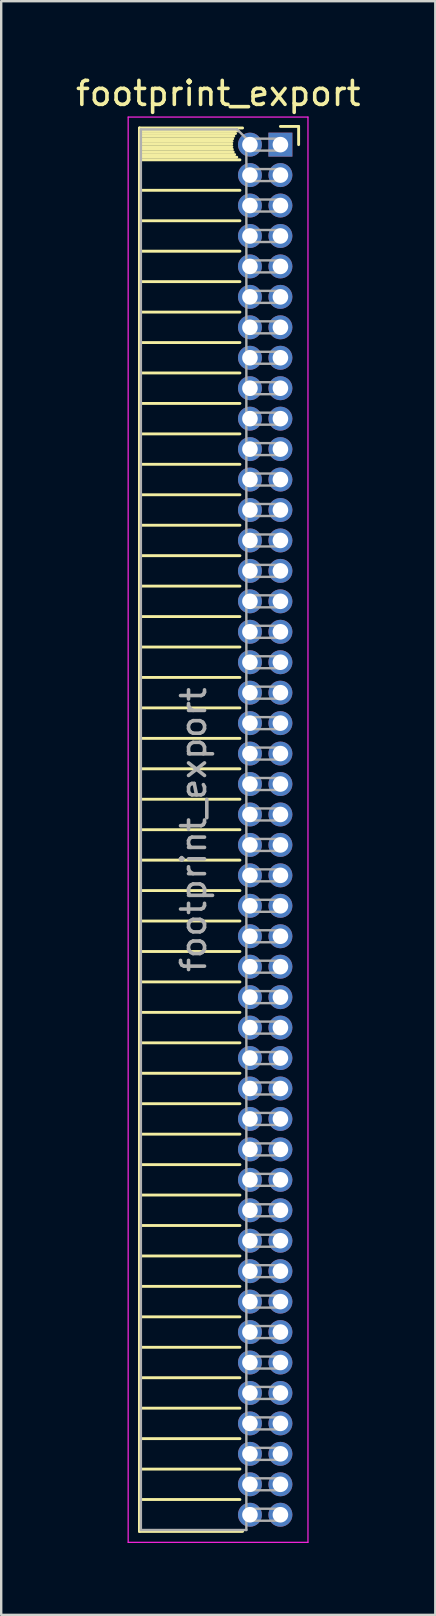
<source format=kicad_pcb>
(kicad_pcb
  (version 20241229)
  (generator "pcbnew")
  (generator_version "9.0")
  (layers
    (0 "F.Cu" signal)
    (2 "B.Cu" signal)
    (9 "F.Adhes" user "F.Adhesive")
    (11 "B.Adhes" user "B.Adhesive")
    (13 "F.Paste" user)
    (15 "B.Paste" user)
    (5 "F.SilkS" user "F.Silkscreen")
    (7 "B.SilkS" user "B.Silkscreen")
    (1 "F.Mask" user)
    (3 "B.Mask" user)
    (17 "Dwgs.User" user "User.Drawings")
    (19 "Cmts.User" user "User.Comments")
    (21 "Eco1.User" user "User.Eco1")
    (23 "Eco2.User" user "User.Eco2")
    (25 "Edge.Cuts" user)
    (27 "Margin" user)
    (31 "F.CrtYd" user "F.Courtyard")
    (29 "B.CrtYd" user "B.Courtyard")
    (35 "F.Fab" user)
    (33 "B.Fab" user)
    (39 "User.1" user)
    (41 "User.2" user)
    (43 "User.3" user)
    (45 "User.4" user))
  (footprint "footprint_export"
    (layer "F.Cu")
    (at 8.646 2.983)
    (property "Reference" "footprint_export" (at -2.592 -2.135 0) (layer "F.SilkS") (effects (font (size 1 1) (thickness 0.15))))
    (attr through_hole)
    (fp_line (start -5.88 -0.695) (end -5.88 57.845) (stroke (width 0.12) (type solid)) (layer "F.SilkS"))
    (fp_line (start -5.88 -0.695) (end -1.578 -0.695) (stroke (width 0.12) (type solid)) (layer "F.SilkS"))
    (fp_line (start -5.88 -0.575) (end -1.767 -0.575) (stroke (width 0.12) (type solid)) (layer "F.SilkS"))
    (fp_line (start -5.88 -0.465) (end -1.871 -0.465) (stroke (width 0.12) (type solid)) (layer "F.SilkS"))
    (fp_line (start -5.88 -0.355) (end -1.942 -0.355) (stroke (width 0.12) (type solid)) (layer "F.SilkS"))
    (fp_line (start -5.88 -0.245) (end -1.989 -0.245) (stroke (width 0.12) (type solid)) (layer "F.SilkS"))
    (fp_line (start -5.88 -0.135) (end -2.018 -0.135) (stroke (width 0.12) (type solid)) (layer "F.SilkS"))
    (fp_line (start -5.88 -0.025) (end -2.03 -0.025) (stroke (width 0.12) (type solid)) (layer "F.SilkS"))
    (fp_line (start -5.88 0.085) (end -2.025 0.085) (stroke (width 0.12) (type solid)) (layer "F.SilkS"))
    (fp_line (start -5.88 0.195) (end -2.005 0.195) (stroke (width 0.12) (type solid)) (layer "F.SilkS"))
    (fp_line (start -5.88 0.305) (end -1.966 0.305) (stroke (width 0.12) (type solid)) (layer "F.SilkS"))
    (fp_line (start -5.88 0.415) (end -1.907 0.415) (stroke (width 0.12) (type solid)) (layer "F.SilkS"))
    (fp_line (start -5.88 0.525) (end -1.82 0.525) (stroke (width 0.12) (type solid)) (layer "F.SilkS"))
    (fp_line (start -5.88 0.635) (end -1.688 0.635) (stroke (width 0.12) (type solid)) (layer "F.SilkS"))
    (fp_line (start -5.88 1.905) (end -1.688 1.905) (stroke (width 0.12) (type solid)) (layer "F.SilkS"))
    (fp_line (start -5.88 3.175) (end -1.688 3.175) (stroke (width 0.12) (type solid)) (layer "F.SilkS"))
    (fp_line (start -5.88 4.445) (end -1.688 4.445) (stroke (width 0.12) (type solid)) (layer "F.SilkS"))
    (fp_line (start -5.88 5.715) (end -1.688 5.715) (stroke (width 0.12) (type solid)) (layer "F.SilkS"))
    (fp_line (start -5.88 6.985) (end -1.688 6.985) (stroke (width 0.12) (type solid)) (layer "F.SilkS"))
    (fp_line (start -5.88 8.255) (end -1.688 8.255) (stroke (width 0.12) (type solid)) (layer "F.SilkS"))
    (fp_line (start -5.88 9.525) (end -1.688 9.525) (stroke (width 0.12) (type solid)) (layer "F.SilkS"))
    (fp_line (start -5.88 10.795) (end -1.688 10.795) (stroke (width 0.12) (type solid)) (layer "F.SilkS"))
    (fp_line (start -5.88 12.065) (end -1.688 12.065) (stroke (width 0.12) (type solid)) (layer "F.SilkS"))
    (fp_line (start -5.88 13.335) (end -1.688 13.335) (stroke (width 0.12) (type solid)) (layer "F.SilkS"))
    (fp_line (start -5.88 14.605) (end -1.688 14.605) (stroke (width 0.12) (type solid)) (layer "F.SilkS"))
    (fp_line (start -5.88 15.875) (end -1.688 15.875) (stroke (width 0.12) (type solid)) (layer "F.SilkS"))
    (fp_line (start -5.88 17.145) (end -1.688 17.145) (stroke (width 0.12) (type solid)) (layer "F.SilkS"))
    (fp_line (start -5.88 18.415) (end -1.688 18.415) (stroke (width 0.12) (type solid)) (layer "F.SilkS"))
    (fp_line (start -5.88 19.685) (end -1.688 19.685) (stroke (width 0.12) (type solid)) (layer "F.SilkS"))
    (fp_line (start -5.88 20.955) (end -1.688 20.955) (stroke (width 0.12) (type solid)) (layer "F.SilkS"))
    (fp_line (start -5.88 22.225) (end -1.688 22.225) (stroke (width 0.12) (type solid)) (layer "F.SilkS"))
    (fp_line (start -5.88 23.495) (end -1.688 23.495) (stroke (width 0.12) (type solid)) (layer "F.SilkS"))
    (fp_line (start -5.88 24.765) (end -1.688 24.765) (stroke (width 0.12) (type solid)) (layer "F.SilkS"))
    (fp_line (start -5.88 26.035) (end -1.688 26.035) (stroke (width 0.12) (type solid)) (layer "F.SilkS"))
    (fp_line (start -5.88 27.305) (end -1.688 27.305) (stroke (width 0.12) (type solid)) (layer "F.SilkS"))
    (fp_line (start -5.88 28.575) (end -1.688 28.575) (stroke (width 0.12) (type solid)) (layer "F.SilkS"))
    (fp_line (start -5.88 29.845) (end -1.688 29.845) (stroke (width 0.12) (type solid)) (layer "F.SilkS"))
    (fp_line (start -5.88 31.115) (end -1.688 31.115) (stroke (width 0.12) (type solid)) (layer "F.SilkS"))
    (fp_line (start -5.88 32.385) (end -1.688 32.385) (stroke (width 0.12) (type solid)) (layer "F.SilkS"))
    (fp_line (start -5.88 33.655) (end -1.688 33.655) (stroke (width 0.12) (type solid)) (layer "F.SilkS"))
    (fp_line (start -5.88 34.925) (end -1.688 34.925) (stroke (width 0.12) (type solid)) (layer "F.SilkS"))
    (fp_line (start -5.88 36.195) (end -1.688 36.195) (stroke (width 0.12) (type solid)) (layer "F.SilkS"))
    (fp_line (start -5.88 37.465) (end -1.688 37.465) (stroke (width 0.12) (type solid)) (layer "F.SilkS"))
    (fp_line (start -5.88 38.735) (end -1.688 38.735) (stroke (width 0.12) (type solid)) (layer "F.SilkS"))
    (fp_line (start -5.88 40.005) (end -1.688 40.005) (stroke (width 0.12) (type solid)) (layer "F.SilkS"))
    (fp_line (start -5.88 41.275) (end -1.688 41.275) (stroke (width 0.12) (type solid)) (layer "F.SilkS"))
    (fp_line (start -5.88 42.545) (end -1.688 42.545) (stroke (width 0.12) (type solid)) (layer "F.SilkS"))
    (fp_line (start -5.88 43.815) (end -1.688 43.815) (stroke (width 0.12) (type solid)) (layer "F.SilkS"))
    (fp_line (start -5.88 45.085) (end -1.688 45.085) (stroke (width 0.12) (type solid)) (layer "F.SilkS"))
    (fp_line (start -5.88 46.355) (end -1.688 46.355) (stroke (width 0.12) (type solid)) (layer "F.SilkS"))
    (fp_line (start -5.88 47.625) (end -1.688 47.625) (stroke (width 0.12) (type solid)) (layer "F.SilkS"))
    (fp_line (start -5.88 48.895) (end -1.688 48.895) (stroke (width 0.12) (type solid)) (layer "F.SilkS"))
    (fp_line (start -5.88 50.165) (end -1.688 50.165) (stroke (width 0.12) (type solid)) (layer "F.SilkS"))
    (fp_line (start -5.88 51.435) (end -1.688 51.435) (stroke (width 0.12) (type solid)) (layer "F.SilkS"))
    (fp_line (start -5.88 52.705) (end -1.688 52.705) (stroke (width 0.12) (type solid)) (layer "F.SilkS"))
    (fp_line (start -5.88 53.975) (end -1.688 53.975) (stroke (width 0.12) (type solid)) (layer "F.SilkS"))
    (fp_line (start -5.88 55.245) (end -1.688 55.245) (stroke (width 0.12) (type solid)) (layer "F.SilkS"))
    (fp_line (start -5.88 56.515) (end -1.688 56.515) (stroke (width 0.12) (type solid)) (layer "F.SilkS"))
    (fp_line (start -5.88 57.845) (end -1.578 57.845) (stroke (width 0.12) (type solid)) (layer "F.SilkS"))
    (fp_line (start 0 -0.76) (end 0.76 -0.76) (stroke (width 0.12) (type solid)) (layer "F.SilkS"))
    (fp_line (start 0.76 -0.76) (end 0.76 0) (stroke (width 0.12) (type solid)) (layer "F.SilkS"))
    (fp_line (start -6.35 -1.15) (end -6.35 58.3) (stroke (width 0.05) (type solid)) (layer "F.CrtYd"))
    (fp_line (start -6.35 58.3) (end 1.15 58.3) (stroke (width 0.05) (type solid)) (layer "F.CrtYd"))
    (fp_line (start 1.15 -1.15) (end -6.35 -1.15) (stroke (width 0.05) (type solid)) (layer "F.CrtYd"))
    (fp_line (start 1.15 58.3) (end 1.15 -1.15) (stroke (width 0.05) (type solid)) (layer "F.CrtYd"))
    (fp_line (start -5.82 -0.635) (end -1.805 -0.635) (stroke (width 0.1) (type solid)) (layer "F.Fab"))
    (fp_line (start -5.82 57.785) (end -5.82 -0.635) (stroke (width 0.1) (type solid)) (layer "F.Fab"))
    (fp_line (start -1.805 -0.635) (end -1.42 -0.25) (stroke (width 0.1) (type solid)) (layer "F.Fab"))
    (fp_line (start -1.42 -0.25) (end -1.42 57.785) (stroke (width 0.1) (type solid)) (layer "F.Fab"))
    (fp_line (start -1.42 0.25) (end 0 0.25) (stroke (width 0.1) (type solid)) (layer "F.Fab"))
    (fp_line (start -1.42 1.52) (end 0 1.52) (stroke (width 0.1) (type solid)) (layer "F.Fab"))
    (fp_line (start -1.42 2.79) (end 0 2.79) (stroke (width 0.1) (type solid)) (layer "F.Fab"))
    (fp_line (start -1.42 4.06) (end 0 4.06) (stroke (width 0.1) (type solid)) (layer "F.Fab"))
    (fp_line (start -1.42 5.33) (end 0 5.33) (stroke (width 0.1) (type solid)) (layer "F.Fab"))
    (fp_line (start -1.42 6.6) (end 0 6.6) (stroke (width 0.1) (type solid)) (layer "F.Fab"))
    (fp_line (start -1.42 7.87) (end 0 7.87) (stroke (width 0.1) (type solid)) (layer "F.Fab"))
    (fp_line (start -1.42 9.14) (end 0 9.14) (stroke (width 0.1) (type solid)) (layer "F.Fab"))
    (fp_line (start -1.42 10.41) (end 0 10.41) (stroke (width 0.1) (type solid)) (layer "F.Fab"))
    (fp_line (start -1.42 11.68) (end 0 11.68) (stroke (width 0.1) (type solid)) (layer "F.Fab"))
    (fp_line (start -1.42 12.95) (end 0 12.95) (stroke (width 0.1) (type solid)) (layer "F.Fab"))
    (fp_line (start -1.42 14.22) (end 0 14.22) (stroke (width 0.1) (type solid)) (layer "F.Fab"))
    (fp_line (start -1.42 15.49) (end 0 15.49) (stroke (width 0.1) (type solid)) (layer "F.Fab"))
    (fp_line (start -1.42 16.76) (end 0 16.76) (stroke (width 0.1) (type solid)) (layer "F.Fab"))
    (fp_line (start -1.42 18.03) (end 0 18.03) (stroke (width 0.1) (type solid)) (layer "F.Fab"))
    (fp_line (start -1.42 19.3) (end 0 19.3) (stroke (width 0.1) (type solid)) (layer "F.Fab"))
    (fp_line (start -1.42 20.57) (end 0 20.57) (stroke (width 0.1) (type solid)) (layer "F.Fab"))
    (fp_line (start -1.42 21.84) (end 0 21.84) (stroke (width 0.1) (type solid)) (layer "F.Fab"))
    (fp_line (start -1.42 23.11) (end 0 23.11) (stroke (width 0.1) (type solid)) (layer "F.Fab"))
    (fp_line (start -1.42 24.38) (end 0 24.38) (stroke (width 0.1) (type solid)) (layer "F.Fab"))
    (fp_line (start -1.42 25.65) (end 0 25.65) (stroke (width 0.1) (type solid)) (layer "F.Fab"))
    (fp_line (start -1.42 26.92) (end 0 26.92) (stroke (width 0.1) (type solid)) (layer "F.Fab"))
    (fp_line (start -1.42 28.19) (end 0 28.19) (stroke (width 0.1) (type solid)) (layer "F.Fab"))
    (fp_line (start -1.42 29.46) (end 0 29.46) (stroke (width 0.1) (type solid)) (layer "F.Fab"))
    (fp_line (start -1.42 30.73) (end 0 30.73) (stroke (width 0.1) (type solid)) (layer "F.Fab"))
    (fp_line (start -1.42 32) (end 0 32) (stroke (width 0.1) (type solid)) (layer "F.Fab"))
    (fp_line (start -1.42 33.27) (end 0 33.27) (stroke (width 0.1) (type solid)) (layer "F.Fab"))
    (fp_line (start -1.42 34.54) (end 0 34.54) (stroke (width 0.1) (type solid)) (layer "F.Fab"))
    (fp_line (start -1.42 35.81) (end 0 35.81) (stroke (width 0.1) (type solid)) (layer "F.Fab"))
    (fp_line (start -1.42 37.08) (end 0 37.08) (stroke (width 0.1) (type solid)) (layer "F.Fab"))
    (fp_line (start -1.42 38.35) (end 0 38.35) (stroke (width 0.1) (type solid)) (layer "F.Fab"))
    (fp_line (start -1.42 39.62) (end 0 39.62) (stroke (width 0.1) (type solid)) (layer "F.Fab"))
    (fp_line (start -1.42 40.89) (end 0 40.89) (stroke (width 0.1) (type solid)) (layer "F.Fab"))
    (fp_line (start -1.42 42.16) (end 0 42.16) (stroke (width 0.1) (type solid)) (layer "F.Fab"))
    (fp_line (start -1.42 43.43) (end 0 43.43) (stroke (width 0.1) (type solid)) (layer "F.Fab"))
    (fp_line (start -1.42 44.7) (end 0 44.7) (stroke (width 0.1) (type solid)) (layer "F.Fab"))
    (fp_line (start -1.42 45.97) (end 0 45.97) (stroke (width 0.1) (type solid)) (layer "F.Fab"))
    (fp_line (start -1.42 47.24) (end 0 47.24) (stroke (width 0.1) (type solid)) (layer "F.Fab"))
    (fp_line (start -1.42 48.51) (end 0 48.51) (stroke (width 0.1) (type solid)) (layer "F.Fab"))
    (fp_line (start -1.42 49.78) (end 0 49.78) (stroke (width 0.1) (type solid)) (layer "F.Fab"))
    (fp_line (start -1.42 51.05) (end 0 51.05) (stroke (width 0.1) (type solid)) (layer "F.Fab"))
    (fp_line (start -1.42 52.32) (end 0 52.32) (stroke (width 0.1) (type solid)) (layer "F.Fab"))
    (fp_line (start -1.42 53.59) (end 0 53.59) (stroke (width 0.1) (type solid)) (layer "F.Fab"))
    (fp_line (start -1.42 54.86) (end 0 54.86) (stroke (width 0.1) (type solid)) (layer "F.Fab"))
    (fp_line (start -1.42 56.13) (end 0 56.13) (stroke (width 0.1) (type solid)) (layer "F.Fab"))
    (fp_line (start -1.42 57.4) (end 0 57.4) (stroke (width 0.1) (type solid)) (layer "F.Fab"))
    (fp_line (start -1.42 57.785) (end -5.82 57.785) (stroke (width 0.1) (type solid)) (layer "F.Fab"))
    (fp_line (start 0 -0.25) (end -1.42 -0.25) (stroke (width 0.1) (type solid)) (layer "F.Fab"))
    (fp_line (start 0 0.25) (end 0 -0.25) (stroke (width 0.1) (type solid)) (layer "F.Fab"))
    (fp_line (start 0 1.02) (end -1.42 1.02) (stroke (width 0.1) (type solid)) (layer "F.Fab"))
    (fp_line (start 0 1.52) (end 0 1.02) (stroke (width 0.1) (type solid)) (layer "F.Fab"))
    (fp_line (start 0 2.29) (end -1.42 2.29) (stroke (width 0.1) (type solid)) (layer "F.Fab"))
    (fp_line (start 0 2.79) (end 0 2.29) (stroke (width 0.1) (type solid)) (layer "F.Fab"))
    (fp_line (start 0 3.56) (end -1.42 3.56) (stroke (width 0.1) (type solid)) (layer "F.Fab"))
    (fp_line (start 0 4.06) (end 0 3.56) (stroke (width 0.1) (type solid)) (layer "F.Fab"))
    (fp_line (start 0 4.83) (end -1.42 4.83) (stroke (width 0.1) (type solid)) (layer "F.Fab"))
    (fp_line (start 0 5.33) (end 0 4.83) (stroke (width 0.1) (type solid)) (layer "F.Fab"))
    (fp_line (start 0 6.1) (end -1.42 6.1) (stroke (width 0.1) (type solid)) (layer "F.Fab"))
    (fp_line (start 0 6.6) (end 0 6.1) (stroke (width 0.1) (type solid)) (layer "F.Fab"))
    (fp_line (start 0 7.37) (end -1.42 7.37) (stroke (width 0.1) (type solid)) (layer "F.Fab"))
    (fp_line (start 0 7.87) (end 0 7.37) (stroke (width 0.1) (type solid)) (layer "F.Fab"))
    (fp_line (start 0 8.64) (end -1.42 8.64) (stroke (width 0.1) (type solid)) (layer "F.Fab"))
    (fp_line (start 0 9.14) (end 0 8.64) (stroke (width 0.1) (type solid)) (layer "F.Fab"))
    (fp_line (start 0 9.91) (end -1.42 9.91) (stroke (width 0.1) (type solid)) (layer "F.Fab"))
    (fp_line (start 0 10.41) (end 0 9.91) (stroke (width 0.1) (type solid)) (layer "F.Fab"))
    (fp_line (start 0 11.18) (end -1.42 11.18) (stroke (width 0.1) (type solid)) (layer "F.Fab"))
    (fp_line (start 0 11.68) (end 0 11.18) (stroke (width 0.1) (type solid)) (layer "F.Fab"))
    (fp_line (start 0 12.45) (end -1.42 12.45) (stroke (width 0.1) (type solid)) (layer "F.Fab"))
    (fp_line (start 0 12.95) (end 0 12.45) (stroke (width 0.1) (type solid)) (layer "F.Fab"))
    (fp_line (start 0 13.72) (end -1.42 13.72) (stroke (width 0.1) (type solid)) (layer "F.Fab"))
    (fp_line (start 0 14.22) (end 0 13.72) (stroke (width 0.1) (type solid)) (layer "F.Fab"))
    (fp_line (start 0 14.99) (end -1.42 14.99) (stroke (width 0.1) (type solid)) (layer "F.Fab"))
    (fp_line (start 0 15.49) (end 0 14.99) (stroke (width 0.1) (type solid)) (layer "F.Fab"))
    (fp_line (start 0 16.26) (end -1.42 16.26) (stroke (width 0.1) (type solid)) (layer "F.Fab"))
    (fp_line (start 0 16.76) (end 0 16.26) (stroke (width 0.1) (type solid)) (layer "F.Fab"))
    (fp_line (start 0 17.53) (end -1.42 17.53) (stroke (width 0.1) (type solid)) (layer "F.Fab"))
    (fp_line (start 0 18.03) (end 0 17.53) (stroke (width 0.1) (type solid)) (layer "F.Fab"))
    (fp_line (start 0 18.8) (end -1.42 18.8) (stroke (width 0.1) (type solid)) (layer "F.Fab"))
    (fp_line (start 0 19.3) (end 0 18.8) (stroke (width 0.1) (type solid)) (layer "F.Fab"))
    (fp_line (start 0 20.07) (end -1.42 20.07) (stroke (width 0.1) (type solid)) (layer "F.Fab"))
    (fp_line (start 0 20.57) (end 0 20.07) (stroke (width 0.1) (type solid)) (layer "F.Fab"))
    (fp_line (start 0 21.34) (end -1.42 21.34) (stroke (width 0.1) (type solid)) (layer "F.Fab"))
    (fp_line (start 0 21.84) (end 0 21.34) (stroke (width 0.1) (type solid)) (layer "F.Fab"))
    (fp_line (start 0 22.61) (end -1.42 22.61) (stroke (width 0.1) (type solid)) (layer "F.Fab"))
    (fp_line (start 0 23.11) (end 0 22.61) (stroke (width 0.1) (type solid)) (layer "F.Fab"))
    (fp_line (start 0 23.88) (end -1.42 23.88) (stroke (width 0.1) (type solid)) (layer "F.Fab"))
    (fp_line (start 0 24.38) (end 0 23.88) (stroke (width 0.1) (type solid)) (layer "F.Fab"))
    (fp_line (start 0 25.15) (end -1.42 25.15) (stroke (width 0.1) (type solid)) (layer "F.Fab"))
    (fp_line (start 0 25.65) (end 0 25.15) (stroke (width 0.1) (type solid)) (layer "F.Fab"))
    (fp_line (start 0 26.42) (end -1.42 26.42) (stroke (width 0.1) (type solid)) (layer "F.Fab"))
    (fp_line (start 0 26.92) (end 0 26.42) (stroke (width 0.1) (type solid)) (layer "F.Fab"))
    (fp_line (start 0 27.69) (end -1.42 27.69) (stroke (width 0.1) (type solid)) (layer "F.Fab"))
    (fp_line (start 0 28.19) (end 0 27.69) (stroke (width 0.1) (type solid)) (layer "F.Fab"))
    (fp_line (start 0 28.96) (end -1.42 28.96) (stroke (width 0.1) (type solid)) (layer "F.Fab"))
    (fp_line (start 0 29.46) (end 0 28.96) (stroke (width 0.1) (type solid)) (layer "F.Fab"))
    (fp_line (start 0 30.23) (end -1.42 30.23) (stroke (width 0.1) (type solid)) (layer "F.Fab"))
    (fp_line (start 0 30.73) (end 0 30.23) (stroke (width 0.1) (type solid)) (layer "F.Fab"))
    (fp_line (start 0 31.5) (end -1.42 31.5) (stroke (width 0.1) (type solid)) (layer "F.Fab"))
    (fp_line (start 0 32) (end 0 31.5) (stroke (width 0.1) (type solid)) (layer "F.Fab"))
    (fp_line (start 0 32.77) (end -1.42 32.77) (stroke (width 0.1) (type solid)) (layer "F.Fab"))
    (fp_line (start 0 33.27) (end 0 32.77) (stroke (width 0.1) (type solid)) (layer "F.Fab"))
    (fp_line (start 0 34.04) (end -1.42 34.04) (stroke (width 0.1) (type solid)) (layer "F.Fab"))
    (fp_line (start 0 34.54) (end 0 34.04) (stroke (width 0.1) (type solid)) (layer "F.Fab"))
    (fp_line (start 0 35.31) (end -1.42 35.31) (stroke (width 0.1) (type solid)) (layer "F.Fab"))
    (fp_line (start 0 35.81) (end 0 35.31) (stroke (width 0.1) (type solid)) (layer "F.Fab"))
    (fp_line (start 0 36.58) (end -1.42 36.58) (stroke (width 0.1) (type solid)) (layer "F.Fab"))
    (fp_line (start 0 37.08) (end 0 36.58) (stroke (width 0.1) (type solid)) (layer "F.Fab"))
    (fp_line (start 0 37.85) (end -1.42 37.85) (stroke (width 0.1) (type solid)) (layer "F.Fab"))
    (fp_line (start 0 38.35) (end 0 37.85) (stroke (width 0.1) (type solid)) (layer "F.Fab"))
    (fp_line (start 0 39.12) (end -1.42 39.12) (stroke (width 0.1) (type solid)) (layer "F.Fab"))
    (fp_line (start 0 39.62) (end 0 39.12) (stroke (width 0.1) (type solid)) (layer "F.Fab"))
    (fp_line (start 0 40.39) (end -1.42 40.39) (stroke (width 0.1) (type solid)) (layer "F.Fab"))
    (fp_line (start 0 40.89) (end 0 40.39) (stroke (width 0.1) (type solid)) (layer "F.Fab"))
    (fp_line (start 0 41.66) (end -1.42 41.66) (stroke (width 0.1) (type solid)) (layer "F.Fab"))
    (fp_line (start 0 42.16) (end 0 41.66) (stroke (width 0.1) (type solid)) (layer "F.Fab"))
    (fp_line (start 0 42.93) (end -1.42 42.93) (stroke (width 0.1) (type solid)) (layer "F.Fab"))
    (fp_line (start 0 43.43) (end 0 42.93) (stroke (width 0.1) (type solid)) (layer "F.Fab"))
    (fp_line (start 0 44.2) (end -1.42 44.2) (stroke (width 0.1) (type solid)) (layer "F.Fab"))
    (fp_line (start 0 44.7) (end 0 44.2) (stroke (width 0.1) (type solid)) (layer "F.Fab"))
    (fp_line (start 0 45.47) (end -1.42 45.47) (stroke (width 0.1) (type solid)) (layer "F.Fab"))
    (fp_line (start 0 45.97) (end 0 45.47) (stroke (width 0.1) (type solid)) (layer "F.Fab"))
    (fp_line (start 0 46.74) (end -1.42 46.74) (stroke (width 0.1) (type solid)) (layer "F.Fab"))
    (fp_line (start 0 47.24) (end 0 46.74) (stroke (width 0.1) (type solid)) (layer "F.Fab"))
    (fp_line (start 0 48.01) (end -1.42 48.01) (stroke (width 0.1) (type solid)) (layer "F.Fab"))
    (fp_line (start 0 48.51) (end 0 48.01) (stroke (width 0.1) (type solid)) (layer "F.Fab"))
    (fp_line (start 0 49.28) (end -1.42 49.28) (stroke (width 0.1) (type solid)) (layer "F.Fab"))
    (fp_line (start 0 49.78) (end 0 49.28) (stroke (width 0.1) (type solid)) (layer "F.Fab"))
    (fp_line (start 0 50.55) (end -1.42 50.55) (stroke (width 0.1) (type solid)) (layer "F.Fab"))
    (fp_line (start 0 51.05) (end 0 50.55) (stroke (width 0.1) (type solid)) (layer "F.Fab"))
    (fp_line (start 0 51.82) (end -1.42 51.82) (stroke (width 0.1) (type solid)) (layer "F.Fab"))
    (fp_line (start 0 52.32) (end 0 51.82) (stroke (width 0.1) (type solid)) (layer "F.Fab"))
    (fp_line (start 0 53.09) (end -1.42 53.09) (stroke (width 0.1) (type solid)) (layer "F.Fab"))
    (fp_line (start 0 53.59) (end 0 53.09) (stroke (width 0.1) (type solid)) (layer "F.Fab"))
    (fp_line (start 0 54.36) (end -1.42 54.36) (stroke (width 0.1) (type solid)) (layer "F.Fab"))
    (fp_line (start 0 54.86) (end 0 54.36) (stroke (width 0.1) (type solid)) (layer "F.Fab"))
    (fp_line (start 0 55.63) (end -1.42 55.63) (stroke (width 0.1) (type solid)) (layer "F.Fab"))
    (fp_line (start 0 56.13) (end 0 55.63) (stroke (width 0.1) (type solid)) (layer "F.Fab"))
    (fp_line (start 0 56.9) (end -1.42 56.9) (stroke (width 0.1) (type solid)) (layer "F.Fab"))
    (fp_line (start 0 57.4) (end 0 56.9) (stroke (width 0.1) (type solid)) (layer "F.Fab"))
    (fp_text user "${REFERENCE}" (at -3.62 28.575 90) (layer "F.Fab") (effects (font (size 1 1) (thickness 0.15))))
    (pad "1" thru_hole rect (at 0 0) (size 1 1) (drill 0.65) (layers "*.Cu" "*.Mask"))
    (pad "2" thru_hole oval (at -1.27 0) (size 1 1) (drill 0.65) (layers "*.Cu" "*.Mask"))
    (pad "3" thru_hole oval (at 0 1.27) (size 1 1) (drill 0.65) (layers "*.Cu" "*.Mask"))
    (pad "4" thru_hole oval (at -1.27 1.27) (size 1 1) (drill 0.65) (layers "*.Cu" "*.Mask"))
    (pad "5" thru_hole oval (at 0 2.54) (size 1 1) (drill 0.65) (layers "*.Cu" "*.Mask"))
    (pad "6" thru_hole oval (at -1.27 2.54) (size 1 1) (drill 0.65) (layers "*.Cu" "*.Mask"))
    (pad "7" thru_hole oval (at 0 3.81) (size 1 1) (drill 0.65) (layers "*.Cu" "*.Mask"))
    (pad "8" thru_hole oval (at -1.27 3.81) (size 1 1) (drill 0.65) (layers "*.Cu" "*.Mask"))
    (pad "9" thru_hole oval (at 0 5.08) (size 1 1) (drill 0.65) (layers "*.Cu" "*.Mask"))
    (pad "10" thru_hole oval (at -1.27 5.08) (size 1 1) (drill 0.65) (layers "*.Cu" "*.Mask"))
    (pad "11" thru_hole oval (at 0 6.35) (size 1 1) (drill 0.65) (layers "*.Cu" "*.Mask"))
    (pad "12" thru_hole oval (at -1.27 6.35) (size 1 1) (drill 0.65) (layers "*.Cu" "*.Mask"))
    (pad "13" thru_hole oval (at 0 7.62) (size 1 1) (drill 0.65) (layers "*.Cu" "*.Mask"))
    (pad "14" thru_hole oval (at -1.27 7.62) (size 1 1) (drill 0.65) (layers "*.Cu" "*.Mask"))
    (pad "15" thru_hole oval (at 0 8.89) (size 1 1) (drill 0.65) (layers "*.Cu" "*.Mask"))
    (pad "16" thru_hole oval (at -1.27 8.89) (size 1 1) (drill 0.65) (layers "*.Cu" "*.Mask"))
    (pad "17" thru_hole oval (at 0 10.16) (size 1 1) (drill 0.65) (layers "*.Cu" "*.Mask"))
    (pad "18" thru_hole oval (at -1.27 10.16) (size 1 1) (drill 0.65) (layers "*.Cu" "*.Mask"))
    (pad "19" thru_hole oval (at 0 11.43) (size 1 1) (drill 0.65) (layers "*.Cu" "*.Mask"))
    (pad "20" thru_hole oval (at -1.27 11.43) (size 1 1) (drill 0.65) (layers "*.Cu" "*.Mask"))
    (pad "21" thru_hole oval (at 0 12.7) (size 1 1) (drill 0.65) (layers "*.Cu" "*.Mask"))
    (pad "22" thru_hole oval (at -1.27 12.7) (size 1 1) (drill 0.65) (layers "*.Cu" "*.Mask"))
    (pad "23" thru_hole oval (at 0 13.97) (size 1 1) (drill 0.65) (layers "*.Cu" "*.Mask"))
    (pad "24" thru_hole oval (at -1.27 13.97) (size 1 1) (drill 0.65) (layers "*.Cu" "*.Mask"))
    (pad "25" thru_hole oval (at 0 15.24) (size 1 1) (drill 0.65) (layers "*.Cu" "*.Mask"))
    (pad "26" thru_hole oval (at -1.27 15.24) (size 1 1) (drill 0.65) (layers "*.Cu" "*.Mask"))
    (pad "27" thru_hole oval (at 0 16.51) (size 1 1) (drill 0.65) (layers "*.Cu" "*.Mask"))
    (pad "28" thru_hole oval (at -1.27 16.51) (size 1 1) (drill 0.65) (layers "*.Cu" "*.Mask"))
    (pad "29" thru_hole oval (at 0 17.78) (size 1 1) (drill 0.65) (layers "*.Cu" "*.Mask"))
    (pad "30" thru_hole oval (at -1.27 17.78) (size 1 1) (drill 0.65) (layers "*.Cu" "*.Mask"))
    (pad "31" thru_hole oval (at 0 19.05) (size 1 1) (drill 0.65) (layers "*.Cu" "*.Mask"))
    (pad "32" thru_hole oval (at -1.27 19.05) (size 1 1) (drill 0.65) (layers "*.Cu" "*.Mask"))
    (pad "33" thru_hole oval (at 0 20.32) (size 1 1) (drill 0.65) (layers "*.Cu" "*.Mask"))
    (pad "34" thru_hole oval (at -1.27 20.32) (size 1 1) (drill 0.65) (layers "*.Cu" "*.Mask"))
    (pad "35" thru_hole oval (at 0 21.59) (size 1 1) (drill 0.65) (layers "*.Cu" "*.Mask"))
    (pad "36" thru_hole oval (at -1.27 21.59) (size 1 1) (drill 0.65) (layers "*.Cu" "*.Mask"))
    (pad "37" thru_hole oval (at 0 22.86) (size 1 1) (drill 0.65) (layers "*.Cu" "*.Mask"))
    (pad "38" thru_hole oval (at -1.27 22.86) (size 1 1) (drill 0.65) (layers "*.Cu" "*.Mask"))
    (pad "39" thru_hole oval (at 0 24.13) (size 1 1) (drill 0.65) (layers "*.Cu" "*.Mask"))
    (pad "40" thru_hole oval (at -1.27 24.13) (size 1 1) (drill 0.65) (layers "*.Cu" "*.Mask"))
    (pad "41" thru_hole oval (at 0 25.4) (size 1 1) (drill 0.65) (layers "*.Cu" "*.Mask"))
    (pad "42" thru_hole oval (at -1.27 25.4) (size 1 1) (drill 0.65) (layers "*.Cu" "*.Mask"))
    (pad "43" thru_hole oval (at 0 26.67) (size 1 1) (drill 0.65) (layers "*.Cu" "*.Mask"))
    (pad "44" thru_hole oval (at -1.27 26.67) (size 1 1) (drill 0.65) (layers "*.Cu" "*.Mask"))
    (pad "45" thru_hole oval (at 0 27.94) (size 1 1) (drill 0.65) (layers "*.Cu" "*.Mask"))
    (pad "46" thru_hole oval (at -1.27 27.94) (size 1 1) (drill 0.65) (layers "*.Cu" "*.Mask"))
    (pad "47" thru_hole oval (at 0 29.21) (size 1 1) (drill 0.65) (layers "*.Cu" "*.Mask"))
    (pad "48" thru_hole oval (at -1.27 29.21) (size 1 1) (drill 0.65) (layers "*.Cu" "*.Mask"))
    (pad "49" thru_hole oval (at 0 30.48) (size 1 1) (drill 0.65) (layers "*.Cu" "*.Mask"))
    (pad "50" thru_hole oval (at -1.27 30.48) (size 1 1) (drill 0.65) (layers "*.Cu" "*.Mask"))
    (pad "51" thru_hole oval (at 0 31.75) (size 1 1) (drill 0.65) (layers "*.Cu" "*.Mask"))
    (pad "52" thru_hole oval (at -1.27 31.75) (size 1 1) (drill 0.65) (layers "*.Cu" "*.Mask"))
    (pad "53" thru_hole oval (at 0 33.02) (size 1 1) (drill 0.65) (layers "*.Cu" "*.Mask"))
    (pad "54" thru_hole oval (at -1.27 33.02) (size 1 1) (drill 0.65) (layers "*.Cu" "*.Mask"))
    (pad "55" thru_hole oval (at 0 34.29) (size 1 1) (drill 0.65) (layers "*.Cu" "*.Mask"))
    (pad "56" thru_hole oval (at -1.27 34.29) (size 1 1) (drill 0.65) (layers "*.Cu" "*.Mask"))
    (pad "57" thru_hole oval (at 0 35.56) (size 1 1) (drill 0.65) (layers "*.Cu" "*.Mask"))
    (pad "58" thru_hole oval (at -1.27 35.56) (size 1 1) (drill 0.65) (layers "*.Cu" "*.Mask"))
    (pad "59" thru_hole oval (at 0 36.83) (size 1 1) (drill 0.65) (layers "*.Cu" "*.Mask"))
    (pad "60" thru_hole oval (at -1.27 36.83) (size 1 1) (drill 0.65) (layers "*.Cu" "*.Mask"))
    (pad "61" thru_hole oval (at 0 38.1) (size 1 1) (drill 0.65) (layers "*.Cu" "*.Mask"))
    (pad "62" thru_hole oval (at -1.27 38.1) (size 1 1) (drill 0.65) (layers "*.Cu" "*.Mask"))
    (pad "63" thru_hole oval (at 0 39.37) (size 1 1) (drill 0.65) (layers "*.Cu" "*.Mask"))
    (pad "64" thru_hole oval (at -1.27 39.37) (size 1 1) (drill 0.65) (layers "*.Cu" "*.Mask"))
    (pad "65" thru_hole oval (at 0 40.64) (size 1 1) (drill 0.65) (layers "*.Cu" "*.Mask"))
    (pad "66" thru_hole oval (at -1.27 40.64) (size 1 1) (drill 0.65) (layers "*.Cu" "*.Mask"))
    (pad "67" thru_hole oval (at 0 41.91) (size 1 1) (drill 0.65) (layers "*.Cu" "*.Mask"))
    (pad "68" thru_hole oval (at -1.27 41.91) (size 1 1) (drill 0.65) (layers "*.Cu" "*.Mask"))
    (pad "69" thru_hole oval (at 0 43.18) (size 1 1) (drill 0.65) (layers "*.Cu" "*.Mask"))
    (pad "70" thru_hole oval (at -1.27 43.18) (size 1 1) (drill 0.65) (layers "*.Cu" "*.Mask"))
    (pad "71" thru_hole oval (at 0 44.45) (size 1 1) (drill 0.65) (layers "*.Cu" "*.Mask"))
    (pad "72" thru_hole oval (at -1.27 44.45) (size 1 1) (drill 0.65) (layers "*.Cu" "*.Mask"))
    (pad "73" thru_hole oval (at 0 45.72) (size 1 1) (drill 0.65) (layers "*.Cu" "*.Mask"))
    (pad "74" thru_hole oval (at -1.27 45.72) (size 1 1) (drill 0.65) (layers "*.Cu" "*.Mask"))
    (pad "75" thru_hole oval (at 0 46.99) (size 1 1) (drill 0.65) (layers "*.Cu" "*.Mask"))
    (pad "76" thru_hole oval (at -1.27 46.99) (size 1 1) (drill 0.65) (layers "*.Cu" "*.Mask"))
    (pad "77" thru_hole oval (at 0 48.26) (size 1 1) (drill 0.65) (layers "*.Cu" "*.Mask"))
    (pad "78" thru_hole oval (at -1.27 48.26) (size 1 1) (drill 0.65) (layers "*.Cu" "*.Mask"))
    (pad "79" thru_hole oval (at 0 49.53) (size 1 1) (drill 0.65) (layers "*.Cu" "*.Mask"))
    (pad "80" thru_hole oval (at -1.27 49.53) (size 1 1) (drill 0.65) (layers "*.Cu" "*.Mask"))
    (pad "81" thru_hole oval (at 0 50.8) (size 1 1) (drill 0.65) (layers "*.Cu" "*.Mask"))
    (pad "82" thru_hole oval (at -1.27 50.8) (size 1 1) (drill 0.65) (layers "*.Cu" "*.Mask"))
    (pad "83" thru_hole oval (at 0 52.07) (size 1 1) (drill 0.65) (layers "*.Cu" "*.Mask"))
    (pad "84" thru_hole oval (at -1.27 52.07) (size 1 1) (drill 0.65) (layers "*.Cu" "*.Mask"))
    (pad "85" thru_hole oval (at 0 53.34) (size 1 1) (drill 0.65) (layers "*.Cu" "*.Mask"))
    (pad "86" thru_hole oval (at -1.27 53.34) (size 1 1) (drill 0.65) (layers "*.Cu" "*.Mask"))
    (pad "87" thru_hole oval (at 0 54.61) (size 1 1) (drill 0.65) (layers "*.Cu" "*.Mask"))
    (pad "88" thru_hole oval (at -1.27 54.61) (size 1 1) (drill 0.65) (layers "*.Cu" "*.Mask"))
    (pad "89" thru_hole oval (at 0 55.88) (size 1 1) (drill 0.65) (layers "*.Cu" "*.Mask"))
    (pad "90" thru_hole oval (at -1.27 55.88) (size 1 1) (drill 0.65) (layers "*.Cu" "*.Mask"))
    (pad "91" thru_hole oval (at 0 57.15) (size 1 1) (drill 0.65) (layers "*.Cu" "*.Mask"))
    (pad "92" thru_hole oval (at -1.27 57.15) (size 1 1) (drill 0.65) (layers "*.Cu" "*.Mask")))
  (gr_rect
    (start -3 -3)
    (end 15.107 64.308)
    (stroke (width 0.1) (type default))
    (fill no)
    (layer "Edge.Cuts")))
</source>
